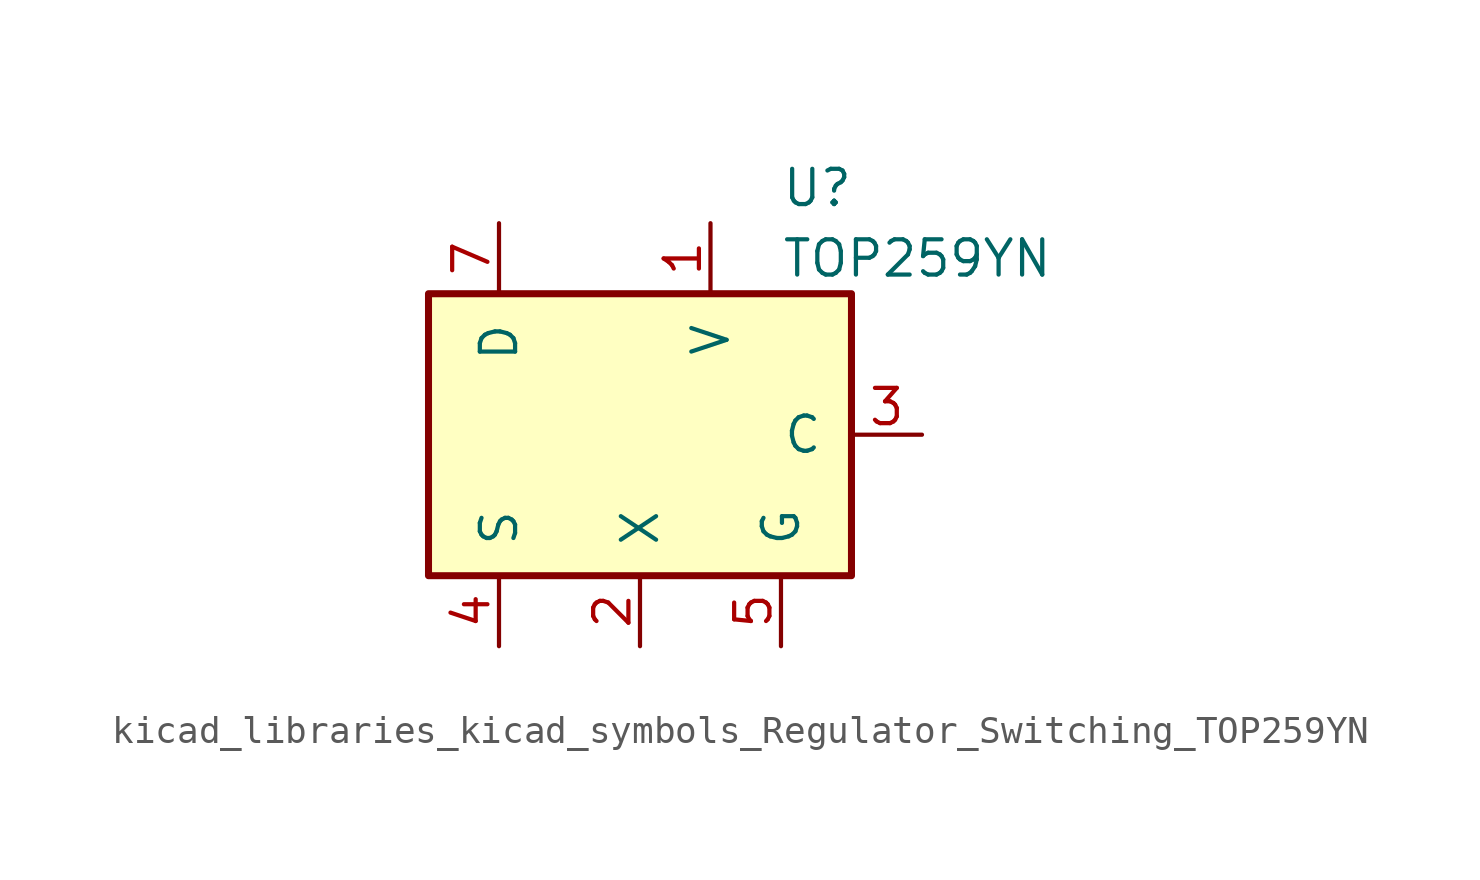
<source format=kicad_sym>
(kicad_symbol_lib
  (version 20220914)
  (generator kicad_symbol_editor)
  (symbol "kicad_libraries_kicad_symbols_Regulator_Switching_TOP259YN"
    (pin_names
      (offset 1.016))
    (property "Reference" "U"
      (at 5.08 8.89 0)
      (effects (font (size 1.27 1.27)) (justify left)))
    (property "Value" "TOP259YN"
      (at 5.08 6.35 0)
      (effects (font (size 1.27 1.27)) (justify left)))
    (symbol "kicad_libraries_kicad_symbols_Regulator_Switching_TOP259YN_0_1"
      (rectangle (start -7.62 5.08) (end 7.62 -5.08) (stroke (width 0.254) (type default)) (fill (type background))))
    (symbol "kicad_libraries_kicad_symbols_Regulator_Switching_TOP259YN_1_1"
      (pin input line (at 2.54 7.62 270) (length 2.54) (name "V" (effects (font (size 1.27 1.27)))) (number "1" (effects (font (size 1.27 1.27)))))
      (pin input line (at 0 -7.62 90) (length 2.54) (name "X" (effects (font (size 1.27 1.27)))) (number "2" (effects (font (size 1.27 1.27)))))
      (pin input line (at 10.16 0 180) (length 2.54) (name "C" (effects (font (size 1.27 1.27)))) (number "3" (effects (font (size 1.27 1.27)))))
      (pin power_in line (at -5.08 -7.62 90) (length 2.54) (name "S" (effects (font (size 1.27 1.27)))) (number "4" (effects (font (size 1.27 1.27)))))
      (pin passive line (at 5.08 -7.62 90) (length 2.54) (name "G" (effects (font (size 1.27 1.27)))) (number "5" (effects (font (size 1.27 1.27)))))
      (pin open_collector line (at -5.08 7.62 270) (length 2.54) (name "D" (effects (font (size 1.27 1.27)))) (number "7" (effects (font (size 1.27 1.27))))))))
</source>
